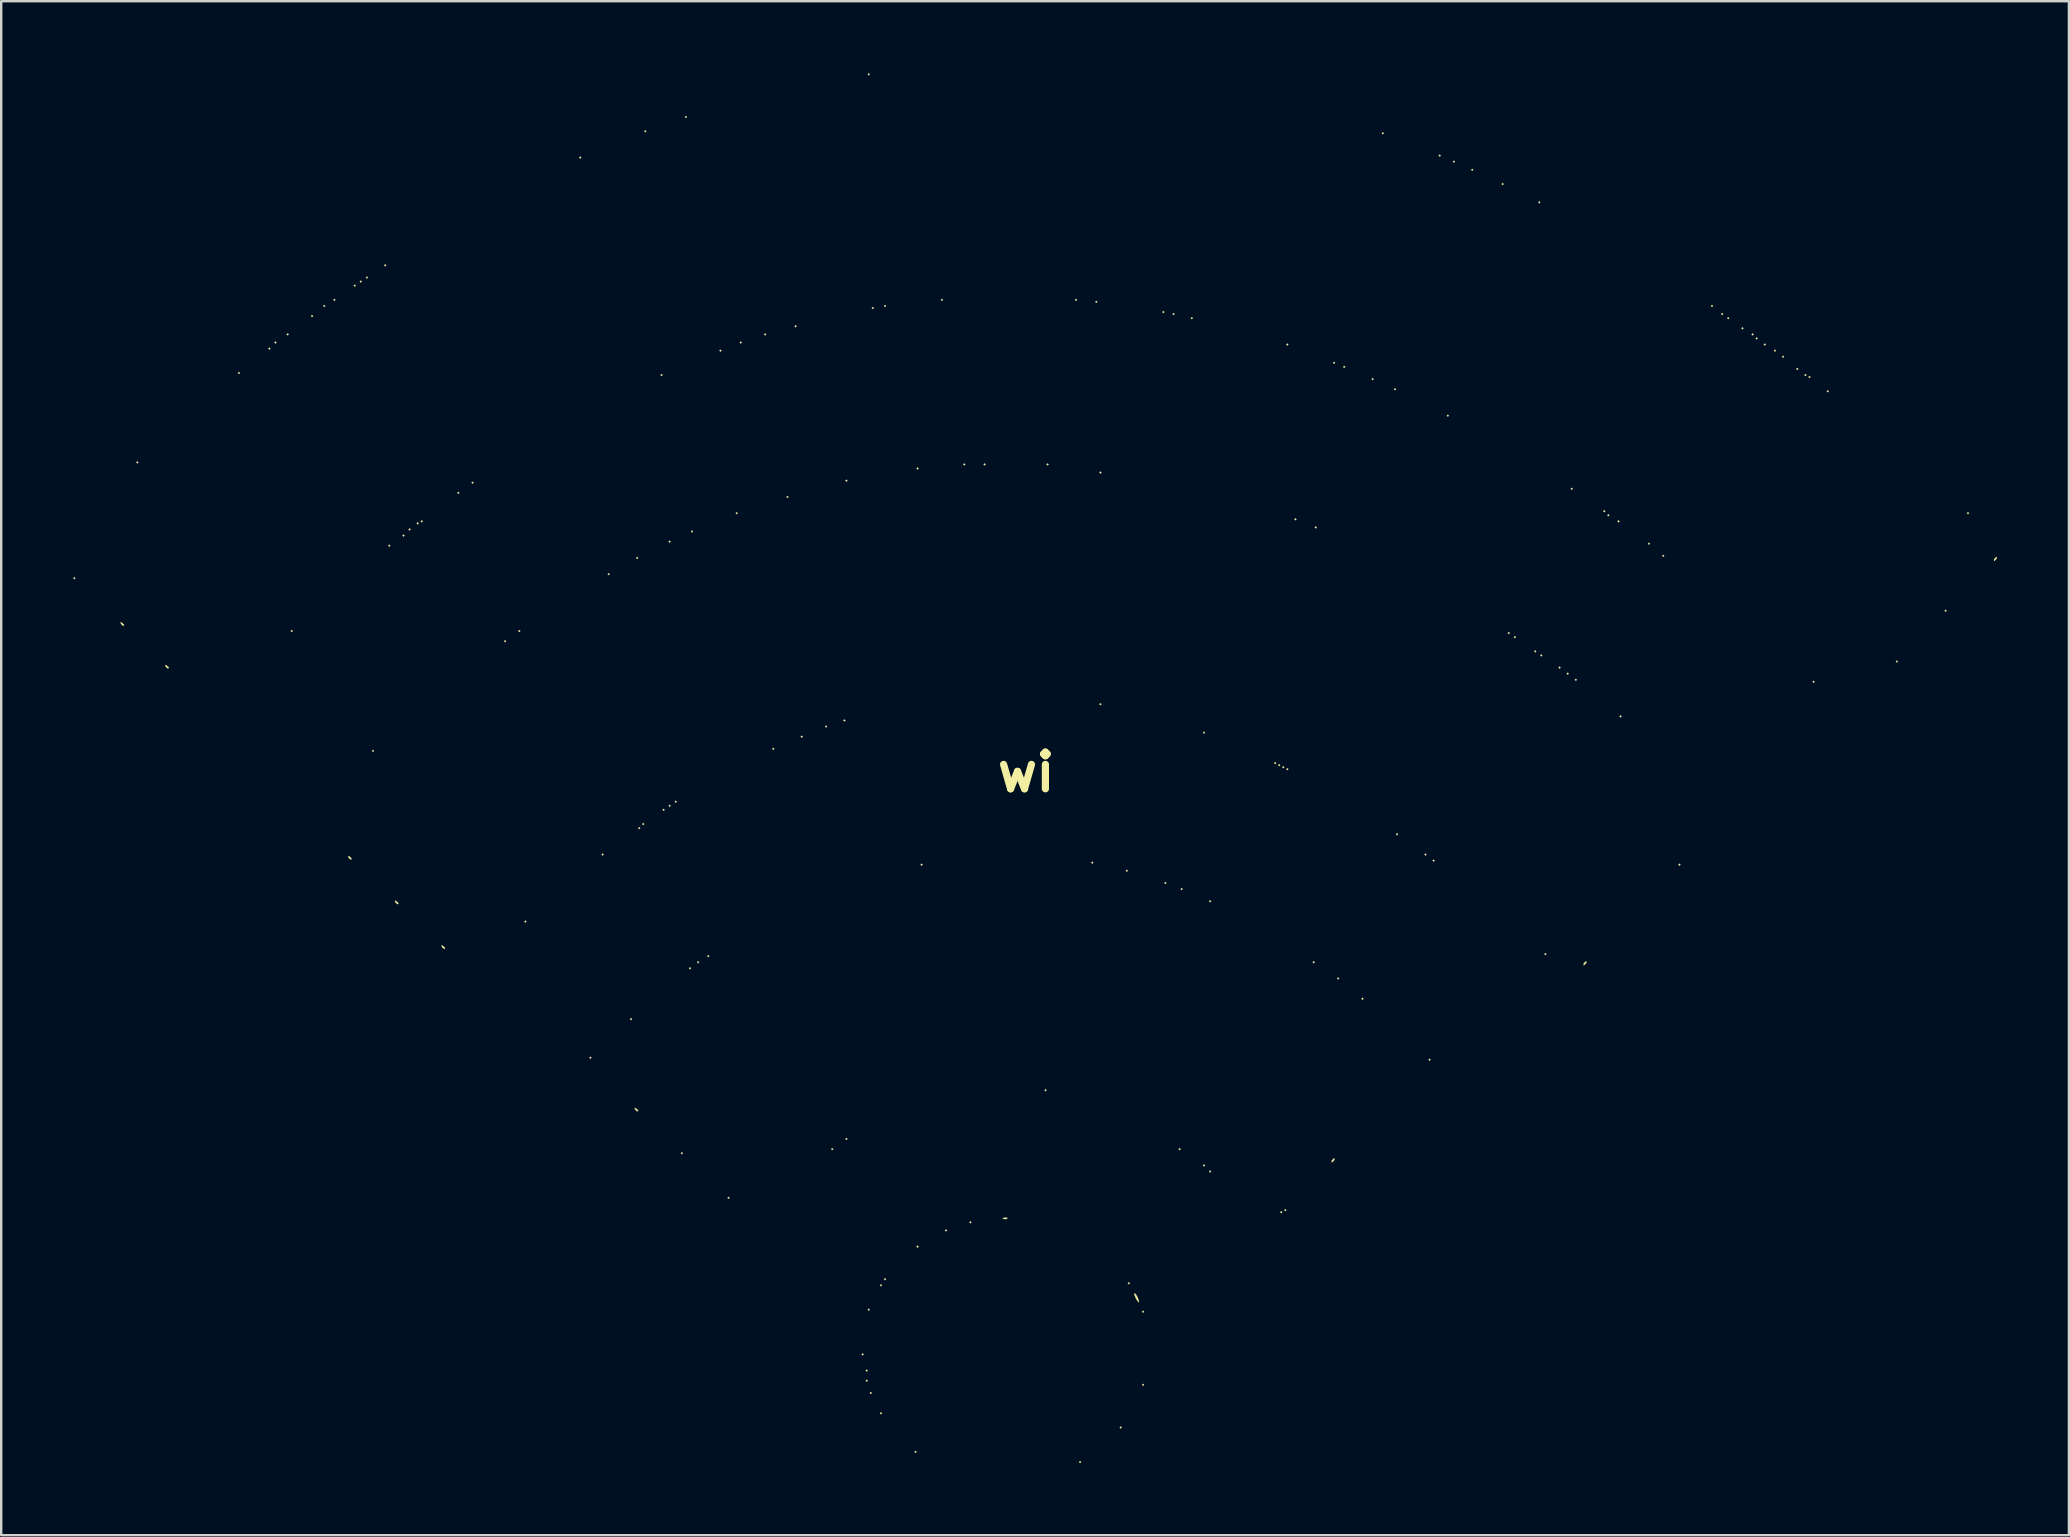
<source format=kicad_pcb>
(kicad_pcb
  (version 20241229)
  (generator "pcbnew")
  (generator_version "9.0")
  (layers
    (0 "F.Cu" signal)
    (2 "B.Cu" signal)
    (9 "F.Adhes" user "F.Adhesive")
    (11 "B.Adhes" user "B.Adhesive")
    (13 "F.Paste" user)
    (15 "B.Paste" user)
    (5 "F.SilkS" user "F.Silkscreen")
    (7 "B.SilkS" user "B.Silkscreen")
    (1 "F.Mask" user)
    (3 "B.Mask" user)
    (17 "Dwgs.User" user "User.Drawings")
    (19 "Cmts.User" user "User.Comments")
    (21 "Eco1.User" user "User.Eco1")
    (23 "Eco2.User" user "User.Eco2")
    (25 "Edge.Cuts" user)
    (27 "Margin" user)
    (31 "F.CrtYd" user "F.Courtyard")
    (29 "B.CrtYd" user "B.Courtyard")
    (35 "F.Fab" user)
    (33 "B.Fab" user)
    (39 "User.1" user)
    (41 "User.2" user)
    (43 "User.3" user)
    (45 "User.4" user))
  (footprint "wi"
    (layer "F.Cu")
    (at 39.714 29.13)
    (property "Reference" "wi" (at 0 0 0) (layer "F.SilkS") (effects (font (size 1.524 1.524) (thickness 0.3))))
    (attr through_hole)
    (fp_poly (pts (xy -39.624 -8.086) (xy -39.666 -8.043) (xy -39.709 -8.086) (xy -39.666 -8.128) (xy -39.624 -8.086)) (stroke (width 0.01) (type solid)) (fill yes) (layer "F.SilkS"))
    (fp_poly (pts (xy -36.999 -12.912) (xy -37.042 -12.869) (xy -37.084 -12.912) (xy -37.042 -12.954) (xy -36.999 -12.912)) (stroke (width 0.01) (type solid)) (fill yes) (layer "F.SilkS"))
    (fp_poly (pts (xy -32.766 -16.637) (xy -32.808 -16.595) (xy -32.851 -16.637) (xy -32.808 -16.679) (xy -32.766 -16.637)) (stroke (width 0.01) (type solid)) (fill yes) (layer "F.SilkS"))
    (fp_poly (pts (xy -31.496 -17.653) (xy -31.538 -17.611) (xy -31.581 -17.653) (xy -31.538 -17.695) (xy -31.496 -17.653)) (stroke (width 0.01) (type solid)) (fill yes) (layer "F.SilkS"))
    (fp_poly (pts (xy -31.242 -17.907) (xy -31.284 -17.865) (xy -31.327 -17.907) (xy -31.284 -17.949) (xy -31.242 -17.907)) (stroke (width 0.01) (type solid)) (fill yes) (layer "F.SilkS"))
    (fp_poly (pts (xy -30.734 -18.246) (xy -30.776 -18.203) (xy -30.819 -18.246) (xy -30.776 -18.288) (xy -30.734 -18.246)) (stroke (width 0.01) (type solid)) (fill yes) (layer "F.SilkS"))
    (fp_poly (pts (xy -30.565 -5.884) (xy -30.607 -5.842) (xy -30.649 -5.884) (xy -30.607 -5.927) (xy -30.565 -5.884)) (stroke (width 0.01) (type solid)) (fill yes) (layer "F.SilkS"))
    (fp_poly (pts (xy -29.718 -19.008) (xy -29.76 -18.965) (xy -29.803 -19.008) (xy -29.76 -19.05) (xy -29.718 -19.008)) (stroke (width 0.01) (type solid)) (fill yes) (layer "F.SilkS"))
    (fp_poly (pts (xy -29.21 -19.431) (xy -29.252 -19.389) (xy -29.295 -19.431) (xy -29.252 -19.473) (xy -29.21 -19.431)) (stroke (width 0.01) (type solid)) (fill yes) (layer "F.SilkS"))
    (fp_poly (pts (xy -28.787 -19.685) (xy -28.829 -19.643) (xy -28.871 -19.685) (xy -28.829 -19.727) (xy -28.787 -19.685)) (stroke (width 0.01) (type solid)) (fill yes) (layer "F.SilkS"))
    (fp_poly (pts (xy -27.94 -20.278) (xy -27.982 -20.235) (xy -28.025 -20.278) (xy -27.982 -20.32) (xy -27.94 -20.278)) (stroke (width 0.01) (type solid)) (fill yes) (layer "F.SilkS"))
    (fp_poly (pts (xy -27.686 -20.447) (xy -27.728 -20.405) (xy -27.771 -20.447) (xy -27.728 -20.489) (xy -27.686 -20.447)) (stroke (width 0.01) (type solid)) (fill yes) (layer "F.SilkS"))
    (fp_poly (pts (xy -27.432 -20.616) (xy -27.474 -20.574) (xy -27.517 -20.616) (xy -27.474 -20.659) (xy -27.432 -20.616)) (stroke (width 0.01) (type solid)) (fill yes) (layer "F.SilkS"))
    (fp_poly (pts (xy -27.178 -0.889) (xy -27.22 -0.847) (xy -27.263 -0.889) (xy -27.22 -0.931) (xy -27.178 -0.889)) (stroke (width 0.01) (type solid)) (fill yes) (layer "F.SilkS"))
    (fp_poly (pts (xy -26.67 -21.124) (xy -26.712 -21.082) (xy -26.755 -21.124) (xy -26.712 -21.167) (xy -26.67 -21.124)) (stroke (width 0.01) (type solid)) (fill yes) (layer "F.SilkS"))
    (fp_poly (pts (xy -26.501 -9.44) (xy -26.543 -9.398) (xy -26.585 -9.44) (xy -26.543 -9.483) (xy -26.501 -9.44)) (stroke (width 0.01) (type solid)) (fill yes) (layer "F.SilkS"))
    (fp_poly (pts (xy -25.908 -9.864) (xy -25.95 -9.821) (xy -25.993 -9.864) (xy -25.95 -9.906) (xy -25.908 -9.864)) (stroke (width 0.01) (type solid)) (fill yes) (layer "F.SilkS"))
    (fp_poly (pts (xy -25.654 -10.118) (xy -25.696 -10.075) (xy -25.739 -10.118) (xy -25.696 -10.16) (xy -25.654 -10.118)) (stroke (width 0.01) (type solid)) (fill yes) (layer "F.SilkS"))
    (fp_poly (pts (xy -25.315 -10.372) (xy -25.358 -10.329) (xy -25.4 -10.372) (xy -25.358 -10.414) (xy -25.315 -10.372)) (stroke (width 0.01) (type solid)) (fill yes) (layer "F.SilkS"))
    (fp_poly (pts (xy -25.146 -10.456) (xy -25.188 -10.414) (xy -25.231 -10.456) (xy -25.188 -10.499) (xy -25.146 -10.456)) (stroke (width 0.01) (type solid)) (fill yes) (layer "F.SilkS"))
    (fp_poly (pts (xy -23.622 -11.642) (xy -23.664 -11.599) (xy -23.707 -11.642) (xy -23.664 -11.684) (xy -23.622 -11.642)) (stroke (width 0.01) (type solid)) (fill yes) (layer "F.SilkS"))
    (fp_poly (pts (xy -23.029 -12.065) (xy -23.072 -12.023) (xy -23.114 -12.065) (xy -23.072 -12.107) (xy -23.029 -12.065)) (stroke (width 0.01) (type solid)) (fill yes) (layer "F.SilkS"))
    (fp_poly (pts (xy -21.675 -5.461) (xy -21.717 -5.419) (xy -21.759 -5.461) (xy -21.717 -5.503) (xy -21.675 -5.461)) (stroke (width 0.01) (type solid)) (fill yes) (layer "F.SilkS"))
    (fp_poly (pts (xy -21.082 -5.884) (xy -21.124 -5.842) (xy -21.167 -5.884) (xy -21.124 -5.927) (xy -21.082 -5.884)) (stroke (width 0.01) (type solid)) (fill yes) (layer "F.SilkS"))
    (fp_poly (pts (xy -20.828 6.223) (xy -20.87 6.265) (xy -20.913 6.223) (xy -20.87 6.181) (xy -20.828 6.223)) (stroke (width 0.01) (type solid)) (fill yes) (layer "F.SilkS"))
    (fp_poly (pts (xy -18.542 -25.612) (xy -18.584 -25.569) (xy -18.627 -25.612) (xy -18.584 -25.654) (xy -18.542 -25.612)) (stroke (width 0.01) (type solid)) (fill yes) (layer "F.SilkS"))
    (fp_poly (pts (xy -18.119 11.896) (xy -18.161 11.938) (xy -18.203 11.896) (xy -18.161 11.853) (xy -18.119 11.896)) (stroke (width 0.01) (type solid)) (fill yes) (layer "F.SilkS"))
    (fp_poly (pts (xy -17.611 3.429) (xy -17.653 3.471) (xy -17.695 3.429) (xy -17.653 3.387) (xy -17.611 3.429)) (stroke (width 0.01) (type solid)) (fill yes) (layer "F.SilkS"))
    (fp_poly (pts (xy -17.357 -8.255) (xy -17.399 -8.213) (xy -17.441 -8.255) (xy -17.399 -8.297) (xy -17.357 -8.255)) (stroke (width 0.01) (type solid)) (fill yes) (layer "F.SilkS"))
    (fp_poly (pts (xy -16.425 10.287) (xy -16.468 10.329) (xy -16.51 10.287) (xy -16.468 10.245) (xy -16.425 10.287)) (stroke (width 0.01) (type solid)) (fill yes) (layer "F.SilkS"))
    (fp_poly (pts (xy -16.171 -8.932) (xy -16.214 -8.89) (xy -16.256 -8.932) (xy -16.214 -8.975) (xy -16.171 -8.932)) (stroke (width 0.01) (type solid)) (fill yes) (layer "F.SilkS"))
    (fp_poly (pts (xy -16.087 2.328) (xy -16.129 2.371) (xy -16.171 2.328) (xy -16.129 2.286) (xy -16.087 2.328)) (stroke (width 0.01) (type solid)) (fill yes) (layer "F.SilkS"))
    (fp_poly (pts (xy -15.917 2.159) (xy -15.96 2.201) (xy -16.002 2.159) (xy -15.96 2.117) (xy -15.917 2.159)) (stroke (width 0.01) (type solid)) (fill yes) (layer "F.SilkS"))
    (fp_poly (pts (xy -15.833 -26.712) (xy -15.875 -26.67) (xy -15.917 -26.712) (xy -15.875 -26.755) (xy -15.833 -26.712)) (stroke (width 0.01) (type solid)) (fill yes) (layer "F.SilkS"))
    (fp_poly (pts (xy -15.155 -16.552) (xy -15.198 -16.51) (xy -15.24 -16.552) (xy -15.198 -16.595) (xy -15.155 -16.552)) (stroke (width 0.01) (type solid)) (fill yes) (layer "F.SilkS"))
    (fp_poly (pts (xy -15.071 1.566) (xy -15.113 1.609) (xy -15.155 1.566) (xy -15.113 1.524) (xy -15.071 1.566)) (stroke (width 0.01) (type solid)) (fill yes) (layer "F.SilkS"))
    (fp_poly (pts (xy -14.817 -9.61) (xy -14.859 -9.567) (xy -14.901 -9.61) (xy -14.859 -9.652) (xy -14.817 -9.61)) (stroke (width 0.01) (type solid)) (fill yes) (layer "F.SilkS"))
    (fp_poly (pts (xy -14.817 1.397) (xy -14.859 1.439) (xy -14.901 1.397) (xy -14.859 1.355) (xy -14.817 1.397)) (stroke (width 0.01) (type solid)) (fill yes) (layer "F.SilkS"))
    (fp_poly (pts (xy -14.563 1.228) (xy -14.605 1.27) (xy -14.647 1.228) (xy -14.605 1.185) (xy -14.563 1.228)) (stroke (width 0.01) (type solid)) (fill yes) (layer "F.SilkS"))
    (fp_poly (pts (xy -14.309 15.875) (xy -14.351 15.917) (xy -14.393 15.875) (xy -14.351 15.833) (xy -14.309 15.875)) (stroke (width 0.01) (type solid)) (fill yes) (layer "F.SilkS"))
    (fp_poly (pts (xy -14.139 -27.305) (xy -14.182 -27.263) (xy -14.224 -27.305) (xy -14.182 -27.347) (xy -14.139 -27.305)) (stroke (width 0.01) (type solid)) (fill yes) (layer "F.SilkS"))
    (fp_poly (pts (xy -13.97 8.17) (xy -14.012 8.213) (xy -14.055 8.17) (xy -14.012 8.128) (xy -13.97 8.17)) (stroke (width 0.01) (type solid)) (fill yes) (layer "F.SilkS"))
    (fp_poly (pts (xy -13.885 -10.033) (xy -13.928 -9.991) (xy -13.97 -10.033) (xy -13.928 -10.075) (xy -13.885 -10.033)) (stroke (width 0.01) (type solid)) (fill yes) (layer "F.SilkS"))
    (fp_poly (pts (xy -13.631 7.916) (xy -13.674 7.959) (xy -13.716 7.916) (xy -13.674 7.874) (xy -13.631 7.916)) (stroke (width 0.01) (type solid)) (fill yes) (layer "F.SilkS"))
    (fp_poly (pts (xy -13.208 7.662) (xy -13.25 7.705) (xy -13.293 7.662) (xy -13.25 7.62) (xy -13.208 7.662)) (stroke (width 0.01) (type solid)) (fill yes) (layer "F.SilkS"))
    (fp_poly (pts (xy -12.7 -17.568) (xy -12.742 -17.526) (xy -12.785 -17.568) (xy -12.742 -17.611) (xy -12.7 -17.568)) (stroke (width 0.01) (type solid)) (fill yes) (layer "F.SilkS"))
    (fp_poly (pts (xy -12.361 17.738) (xy -12.404 17.78) (xy -12.446 17.738) (xy -12.404 17.695) (xy -12.361 17.738)) (stroke (width 0.01) (type solid)) (fill yes) (layer "F.SilkS"))
    (fp_poly (pts (xy -12.023 -10.795) (xy -12.065 -10.753) (xy -12.107 -10.795) (xy -12.065 -10.837) (xy -12.023 -10.795)) (stroke (width 0.01) (type solid)) (fill yes) (layer "F.SilkS"))
    (fp_poly (pts (xy -11.853 -17.907) (xy -11.896 -17.865) (xy -11.938 -17.907) (xy -11.896 -17.949) (xy -11.853 -17.907)) (stroke (width 0.01) (type solid)) (fill yes) (layer "F.SilkS"))
    (fp_poly (pts (xy -10.837 -18.246) (xy -10.88 -18.203) (xy -10.922 -18.246) (xy -10.88 -18.288) (xy -10.837 -18.246)) (stroke (width 0.01) (type solid)) (fill yes) (layer "F.SilkS"))
    (fp_poly (pts (xy -10.499 -0.974) (xy -10.541 -0.931) (xy -10.583 -0.974) (xy -10.541 -1.016) (xy -10.499 -0.974)) (stroke (width 0.01) (type solid)) (fill yes) (layer "F.SilkS"))
    (fp_poly (pts (xy -9.906 -11.472) (xy -9.948 -11.43) (xy -9.991 -11.472) (xy -9.948 -11.515) (xy -9.906 -11.472)) (stroke (width 0.01) (type solid)) (fill yes) (layer "F.SilkS"))
    (fp_poly (pts (xy -9.567 -18.584) (xy -9.61 -18.542) (xy -9.652 -18.584) (xy -9.61 -18.627) (xy -9.567 -18.584)) (stroke (width 0.01) (type solid)) (fill yes) (layer "F.SilkS"))
    (fp_poly (pts (xy -9.313 -1.482) (xy -9.356 -1.439) (xy -9.398 -1.482) (xy -9.356 -1.524) (xy -9.313 -1.482)) (stroke (width 0.01) (type solid)) (fill yes) (layer "F.SilkS"))
    (fp_poly (pts (xy -8.297 -1.905) (xy -8.34 -1.863) (xy -8.382 -1.905) (xy -8.34 -1.947) (xy -8.297 -1.905)) (stroke (width 0.01) (type solid)) (fill yes) (layer "F.SilkS"))
    (fp_poly (pts (xy -8.043 15.706) (xy -8.086 15.748) (xy -8.128 15.706) (xy -8.086 15.663) (xy -8.043 15.706)) (stroke (width 0.01) (type solid)) (fill yes) (layer "F.SilkS"))
    (fp_poly (pts (xy -7.535 -2.159) (xy -7.578 -2.117) (xy -7.62 -2.159) (xy -7.578 -2.201) (xy -7.535 -2.159)) (stroke (width 0.01) (type solid)) (fill yes) (layer "F.SilkS"))
    (fp_poly (pts (xy -7.451 -12.15) (xy -7.493 -12.107) (xy -7.535 -12.15) (xy -7.493 -12.192) (xy -7.451 -12.15)) (stroke (width 0.01) (type solid)) (fill yes) (layer "F.SilkS"))
    (fp_poly (pts (xy -7.451 15.282) (xy -7.493 15.325) (xy -7.535 15.282) (xy -7.493 15.24) (xy -7.451 15.282)) (stroke (width 0.01) (type solid)) (fill yes) (layer "F.SilkS"))
    (fp_poly (pts (xy -6.773 24.257) (xy -6.816 24.299) (xy -6.858 24.257) (xy -6.816 24.215) (xy -6.773 24.257)) (stroke (width 0.01) (type solid)) (fill yes) (layer "F.SilkS"))
    (fp_poly (pts (xy -6.604 24.934) (xy -6.646 24.977) (xy -6.689 24.934) (xy -6.646 24.892) (xy -6.604 24.934)) (stroke (width 0.01) (type solid)) (fill yes) (layer "F.SilkS"))
    (fp_poly (pts (xy -6.604 25.358) (xy -6.646 25.4) (xy -6.689 25.358) (xy -6.646 25.315) (xy -6.604 25.358)) (stroke (width 0.01) (type solid)) (fill yes) (layer "F.SilkS"))
    (fp_poly (pts (xy -6.519 -29.083) (xy -6.562 -29.041) (xy -6.604 -29.083) (xy -6.562 -29.125) (xy -6.519 -29.083)) (stroke (width 0.01) (type solid)) (fill yes) (layer "F.SilkS"))
    (fp_poly (pts (xy -6.519 22.394) (xy -6.562 22.437) (xy -6.604 22.394) (xy -6.562 22.352) (xy -6.519 22.394)) (stroke (width 0.01) (type solid)) (fill yes) (layer "F.SilkS"))
    (fp_poly (pts (xy -6.435 25.866) (xy -6.477 25.908) (xy -6.519 25.866) (xy -6.477 25.823) (xy -6.435 25.866)) (stroke (width 0.01) (type solid)) (fill yes) (layer "F.SilkS"))
    (fp_poly (pts (xy -6.35 -19.346) (xy -6.392 -19.304) (xy -6.435 -19.346) (xy -6.392 -19.389) (xy -6.35 -19.346)) (stroke (width 0.01) (type solid)) (fill yes) (layer "F.SilkS"))
    (fp_poly (pts (xy -6.011 21.378) (xy -6.054 21.421) (xy -6.096 21.378) (xy -6.054 21.336) (xy -6.011 21.378)) (stroke (width 0.01) (type solid)) (fill yes) (layer "F.SilkS"))
    (fp_poly (pts (xy -6.011 26.712) (xy -6.054 26.755) (xy -6.096 26.712) (xy -6.054 26.67) (xy -6.011 26.712)) (stroke (width 0.01) (type solid)) (fill yes) (layer "F.SilkS"))
    (fp_poly (pts (xy -5.842 -19.431) (xy -5.884 -19.389) (xy -5.927 -19.431) (xy -5.884 -19.473) (xy -5.842 -19.431)) (stroke (width 0.01) (type solid)) (fill yes) (layer "F.SilkS"))
    (fp_poly (pts (xy -5.842 21.124) (xy -5.884 21.167) (xy -5.927 21.124) (xy -5.884 21.082) (xy -5.842 21.124)) (stroke (width 0.01) (type solid)) (fill yes) (layer "F.SilkS"))
    (fp_poly (pts (xy -4.572 28.321) (xy -4.614 28.363) (xy -4.657 28.321) (xy -4.614 28.279) (xy -4.572 28.321)) (stroke (width 0.01) (type solid)) (fill yes) (layer "F.SilkS"))
    (fp_poly (pts (xy -4.487 -12.658) (xy -4.53 -12.615) (xy -4.572 -12.658) (xy -4.53 -12.7) (xy -4.487 -12.658)) (stroke (width 0.01) (type solid)) (fill yes) (layer "F.SilkS"))
    (fp_poly (pts (xy -4.487 19.77) (xy -4.53 19.812) (xy -4.572 19.77) (xy -4.53 19.727) (xy -4.487 19.77)) (stroke (width 0.01) (type solid)) (fill yes) (layer "F.SilkS"))
    (fp_poly (pts (xy -4.318 3.852) (xy -4.36 3.895) (xy -4.403 3.852) (xy -4.36 3.81) (xy -4.318 3.852)) (stroke (width 0.01) (type solid)) (fill yes) (layer "F.SilkS"))
    (fp_poly (pts (xy -3.471 -19.685) (xy -3.514 -19.643) (xy -3.556 -19.685) (xy -3.514 -19.727) (xy -3.471 -19.685)) (stroke (width 0.01) (type solid)) (fill yes) (layer "F.SilkS"))
    (fp_poly (pts (xy -3.302 19.092) (xy -3.344 19.135) (xy -3.387 19.092) (xy -3.344 19.05) (xy -3.302 19.092)) (stroke (width 0.01) (type solid)) (fill yes) (layer "F.SilkS"))
    (fp_poly (pts (xy -2.54 -12.827) (xy -2.582 -12.785) (xy -2.625 -12.827) (xy -2.582 -12.869) (xy -2.54 -12.827)) (stroke (width 0.01) (type solid)) (fill yes) (layer "F.SilkS"))
    (fp_poly (pts (xy -2.286 18.754) (xy -2.328 18.796) (xy -2.371 18.754) (xy -2.328 18.711) (xy -2.286 18.754)) (stroke (width 0.01) (type solid)) (fill yes) (layer "F.SilkS"))
    (fp_poly (pts (xy -1.693 -12.827) (xy -1.736 -12.785) (xy -1.778 -12.827) (xy -1.736 -12.869) (xy -1.693 -12.827)) (stroke (width 0.01) (type solid)) (fill yes) (layer "F.SilkS"))
    (fp_poly (pts (xy 0.847 13.25) (xy 0.804 13.293) (xy 0.762 13.25) (xy 0.804 13.208) (xy 0.847 13.25)) (stroke (width 0.01) (type solid)) (fill yes) (layer "F.SilkS"))
    (fp_poly (pts (xy 0.931 -12.827) (xy 0.889 -12.785) (xy 0.847 -12.827) (xy 0.889 -12.869) (xy 0.931 -12.827)) (stroke (width 0.01) (type solid)) (fill yes) (layer "F.SilkS"))
    (fp_poly (pts (xy 2.117 -19.685) (xy 2.074 -19.643) (xy 2.032 -19.685) (xy 2.074 -19.727) (xy 2.117 -19.685)) (stroke (width 0.01) (type solid)) (fill yes) (layer "F.SilkS"))
    (fp_poly (pts (xy 2.286 28.744) (xy 2.244 28.787) (xy 2.201 28.744) (xy 2.244 28.702) (xy 2.286 28.744)) (stroke (width 0.01) (type solid)) (fill yes) (layer "F.SilkS"))
    (fp_poly (pts (xy 2.794 3.768) (xy 2.752 3.81) (xy 2.709 3.768) (xy 2.752 3.725) (xy 2.794 3.768)) (stroke (width 0.01) (type solid)) (fill yes) (layer "F.SilkS"))
    (fp_poly (pts (xy 2.963 -19.6) (xy 2.921 -19.558) (xy 2.879 -19.6) (xy 2.921 -19.643) (xy 2.963 -19.6)) (stroke (width 0.01) (type solid)) (fill yes) (layer "F.SilkS"))
    (fp_poly (pts (xy 3.133 -12.488) (xy 3.09 -12.446) (xy 3.048 -12.488) (xy 3.09 -12.531) (xy 3.133 -12.488)) (stroke (width 0.01) (type solid)) (fill yes) (layer "F.SilkS"))
    (fp_poly (pts (xy 3.133 -2.836) (xy 3.09 -2.794) (xy 3.048 -2.836) (xy 3.09 -2.879) (xy 3.133 -2.836)) (stroke (width 0.01) (type solid)) (fill yes) (layer "F.SilkS"))
    (fp_poly (pts (xy 3.979 27.305) (xy 3.937 27.347) (xy 3.895 27.305) (xy 3.937 27.263) (xy 3.979 27.305)) (stroke (width 0.01) (type solid)) (fill yes) (layer "F.SilkS"))
    (fp_poly (pts (xy 4.233 4.106) (xy 4.191 4.149) (xy 4.149 4.106) (xy 4.191 4.064) (xy 4.233 4.106)) (stroke (width 0.01) (type solid)) (fill yes) (layer "F.SilkS"))
    (fp_poly (pts (xy 4.318 21.294) (xy 4.276 21.336) (xy 4.233 21.294) (xy 4.276 21.251) (xy 4.318 21.294)) (stroke (width 0.01) (type solid)) (fill yes) (layer "F.SilkS"))
    (fp_poly (pts (xy 4.911 22.479) (xy 4.868 22.521) (xy 4.826 22.479) (xy 4.868 22.437) (xy 4.911 22.479)) (stroke (width 0.01) (type solid)) (fill yes) (layer "F.SilkS"))
    (fp_poly (pts (xy 4.911 25.527) (xy 4.868 25.569) (xy 4.826 25.527) (xy 4.868 25.485) (xy 4.911 25.527)) (stroke (width 0.01) (type solid)) (fill yes) (layer "F.SilkS"))
    (fp_poly (pts (xy 5.757 -19.177) (xy 5.715 -19.135) (xy 5.673 -19.177) (xy 5.715 -19.219) (xy 5.757 -19.177)) (stroke (width 0.01) (type solid)) (fill yes) (layer "F.SilkS"))
    (fp_poly (pts (xy 5.842 4.614) (xy 5.8 4.657) (xy 5.757 4.614) (xy 5.8 4.572) (xy 5.842 4.614)) (stroke (width 0.01) (type solid)) (fill yes) (layer "F.SilkS"))
    (fp_poly (pts (xy 6.181 -19.092) (xy 6.138 -19.05) (xy 6.096 -19.092) (xy 6.138 -19.135) (xy 6.181 -19.092)) (stroke (width 0.01) (type solid)) (fill yes) (layer "F.SilkS"))
    (fp_poly (pts (xy 6.435 15.706) (xy 6.392 15.748) (xy 6.35 15.706) (xy 6.392 15.663) (xy 6.435 15.706)) (stroke (width 0.01) (type solid)) (fill yes) (layer "F.SilkS"))
    (fp_poly (pts (xy 6.519 4.868) (xy 6.477 4.911) (xy 6.435 4.868) (xy 6.477 4.826) (xy 6.519 4.868)) (stroke (width 0.01) (type solid)) (fill yes) (layer "F.SilkS"))
    (fp_poly (pts (xy 6.943 -18.923) (xy 6.9 -18.881) (xy 6.858 -18.923) (xy 6.9 -18.965) (xy 6.943 -18.923)) (stroke (width 0.01) (type solid)) (fill yes) (layer "F.SilkS"))
    (fp_poly (pts (xy 7.451 -1.651) (xy 7.408 -1.609) (xy 7.366 -1.651) (xy 7.408 -1.693) (xy 7.451 -1.651)) (stroke (width 0.01) (type solid)) (fill yes) (layer "F.SilkS"))
    (fp_poly (pts (xy 7.451 16.383) (xy 7.408 16.425) (xy 7.366 16.383) (xy 7.408 16.341) (xy 7.451 16.383)) (stroke (width 0.01) (type solid)) (fill yes) (layer "F.SilkS"))
    (fp_poly (pts (xy 7.705 5.376) (xy 7.662 5.419) (xy 7.62 5.376) (xy 7.662 5.334) (xy 7.705 5.376)) (stroke (width 0.01) (type solid)) (fill yes) (layer "F.SilkS"))
    (fp_poly (pts (xy 7.705 16.637) (xy 7.662 16.679) (xy 7.62 16.637) (xy 7.662 16.595) (xy 7.705 16.637)) (stroke (width 0.01) (type solid)) (fill yes) (layer "F.SilkS"))
    (fp_poly (pts (xy 10.414 -0.381) (xy 10.372 -0.339) (xy 10.329 -0.381) (xy 10.372 -0.423) (xy 10.414 -0.381)) (stroke (width 0.01) (type solid)) (fill yes) (layer "F.SilkS"))
    (fp_poly (pts (xy 10.583 -0.296) (xy 10.541 -0.254) (xy 10.499 -0.296) (xy 10.541 -0.339) (xy 10.583 -0.296)) (stroke (width 0.01) (type solid)) (fill yes) (layer "F.SilkS"))
    (fp_poly (pts (xy 10.668 18.33) (xy 10.626 18.373) (xy 10.583 18.33) (xy 10.626 18.288) (xy 10.668 18.33)) (stroke (width 0.01) (type solid)) (fill yes) (layer "F.SilkS"))
    (fp_poly (pts (xy 10.753 -0.212) (xy 10.71 -0.169) (xy 10.668 -0.212) (xy 10.71 -0.254) (xy 10.753 -0.212)) (stroke (width 0.01) (type solid)) (fill yes) (layer "F.SilkS"))
    (fp_poly (pts (xy 10.837 18.246) (xy 10.795 18.288) (xy 10.753 18.246) (xy 10.795 18.203) (xy 10.837 18.246)) (stroke (width 0.01) (type solid)) (fill yes) (layer "F.SilkS"))
    (fp_poly (pts (xy 10.922 -17.822) (xy 10.88 -17.78) (xy 10.837 -17.822) (xy 10.88 -17.865) (xy 10.922 -17.822)) (stroke (width 0.01) (type solid)) (fill yes) (layer "F.SilkS"))
    (fp_poly (pts (xy 10.922 -0.127) (xy 10.88 -0.085) (xy 10.837 -0.127) (xy 10.88 -0.169) (xy 10.922 -0.127)) (stroke (width 0.01) (type solid)) (fill yes) (layer "F.SilkS"))
    (fp_poly (pts (xy 11.261 -10.541) (xy 11.218 -10.499) (xy 11.176 -10.541) (xy 11.218 -10.583) (xy 11.261 -10.541)) (stroke (width 0.01) (type solid)) (fill yes) (layer "F.SilkS"))
    (fp_poly (pts (xy 12.023 7.916) (xy 11.98 7.959) (xy 11.938 7.916) (xy 11.98 7.874) (xy 12.023 7.916)) (stroke (width 0.01) (type solid)) (fill yes) (layer "F.SilkS"))
    (fp_poly (pts (xy 12.107 -10.202) (xy 12.065 -10.16) (xy 12.023 -10.202) (xy 12.065 -10.245) (xy 12.107 -10.202)) (stroke (width 0.01) (type solid)) (fill yes) (layer "F.SilkS"))
    (fp_poly (pts (xy 12.869 -17.06) (xy 12.827 -17.018) (xy 12.785 -17.06) (xy 12.827 -17.103) (xy 12.869 -17.06)) (stroke (width 0.01) (type solid)) (fill yes) (layer "F.SilkS"))
    (fp_poly (pts (xy 13.039 8.594) (xy 12.996 8.636) (xy 12.954 8.594) (xy 12.996 8.551) (xy 13.039 8.594)) (stroke (width 0.01) (type solid)) (fill yes) (layer "F.SilkS"))
    (fp_poly (pts (xy 13.293 -16.891) (xy 13.25 -16.849) (xy 13.208 -16.891) (xy 13.25 -16.933) (xy 13.293 -16.891)) (stroke (width 0.01) (type solid)) (fill yes) (layer "F.SilkS"))
    (fp_poly (pts (xy 14.055 9.44) (xy 14.012 9.483) (xy 13.97 9.44) (xy 14.012 9.398) (xy 14.055 9.44)) (stroke (width 0.01) (type solid)) (fill yes) (layer "F.SilkS"))
    (fp_poly (pts (xy 14.478 -16.383) (xy 14.436 -16.341) (xy 14.393 -16.383) (xy 14.436 -16.425) (xy 14.478 -16.383)) (stroke (width 0.01) (type solid)) (fill yes) (layer "F.SilkS"))
    (fp_poly (pts (xy 14.901 -26.628) (xy 14.859 -26.585) (xy 14.817 -26.628) (xy 14.859 -26.67) (xy 14.901 -26.628)) (stroke (width 0.01) (type solid)) (fill yes) (layer "F.SilkS"))
    (fp_poly (pts (xy 15.409 -15.96) (xy 15.367 -15.917) (xy 15.325 -15.96) (xy 15.367 -16.002) (xy 15.409 -15.96)) (stroke (width 0.01) (type solid)) (fill yes) (layer "F.SilkS"))
    (fp_poly (pts (xy 15.494 2.582) (xy 15.452 2.625) (xy 15.409 2.582) (xy 15.452 2.54) (xy 15.494 2.582)) (stroke (width 0.01) (type solid)) (fill yes) (layer "F.SilkS"))
    (fp_poly (pts (xy 16.679 3.429) (xy 16.637 3.471) (xy 16.595 3.429) (xy 16.637 3.387) (xy 16.679 3.429)) (stroke (width 0.01) (type solid)) (fill yes) (layer "F.SilkS"))
    (fp_poly (pts (xy 16.849 11.98) (xy 16.806 12.023) (xy 16.764 11.98) (xy 16.806 11.938) (xy 16.849 11.98)) (stroke (width 0.01) (type solid)) (fill yes) (layer "F.SilkS"))
    (fp_poly (pts (xy 17.018 3.683) (xy 16.976 3.725) (xy 16.933 3.683) (xy 16.976 3.641) (xy 17.018 3.683)) (stroke (width 0.01) (type solid)) (fill yes) (layer "F.SilkS"))
    (fp_poly (pts (xy 17.272 -25.696) (xy 17.23 -25.654) (xy 17.187 -25.696) (xy 17.23 -25.739) (xy 17.272 -25.696)) (stroke (width 0.01) (type solid)) (fill yes) (layer "F.SilkS"))
    (fp_poly (pts (xy 17.611 -14.859) (xy 17.568 -14.817) (xy 17.526 -14.859) (xy 17.568 -14.901) (xy 17.611 -14.859)) (stroke (width 0.01) (type solid)) (fill yes) (layer "F.SilkS"))
    (fp_poly (pts (xy 17.865 -25.442) (xy 17.822 -25.4) (xy 17.78 -25.442) (xy 17.822 -25.485) (xy 17.865 -25.442)) (stroke (width 0.01) (type solid)) (fill yes) (layer "F.SilkS"))
    (fp_poly (pts (xy 18.627 -25.104) (xy 18.584 -25.061) (xy 18.542 -25.104) (xy 18.584 -25.146) (xy 18.627 -25.104)) (stroke (width 0.01) (type solid)) (fill yes) (layer "F.SilkS"))
    (fp_poly (pts (xy 19.897 -24.511) (xy 19.854 -24.469) (xy 19.812 -24.511) (xy 19.854 -24.553) (xy 19.897 -24.511)) (stroke (width 0.01) (type solid)) (fill yes) (layer "F.SilkS"))
    (fp_poly (pts (xy 20.151 -5.8) (xy 20.108 -5.757) (xy 20.066 -5.8) (xy 20.108 -5.842) (xy 20.151 -5.8)) (stroke (width 0.01) (type solid)) (fill yes) (layer "F.SilkS"))
    (fp_poly (pts (xy 20.405 -5.63) (xy 20.362 -5.588) (xy 20.32 -5.63) (xy 20.362 -5.673) (xy 20.405 -5.63)) (stroke (width 0.01) (type solid)) (fill yes) (layer "F.SilkS"))
    (fp_poly (pts (xy 21.251 -5.038) (xy 21.209 -4.995) (xy 21.167 -5.038) (xy 21.209 -5.08) (xy 21.251 -5.038)) (stroke (width 0.01) (type solid)) (fill yes) (layer "F.SilkS"))
    (fp_poly (pts (xy 21.421 -23.749) (xy 21.378 -23.707) (xy 21.336 -23.749) (xy 21.378 -23.791) (xy 21.421 -23.749)) (stroke (width 0.01) (type solid)) (fill yes) (layer "F.SilkS"))
    (fp_poly (pts (xy 21.505 -4.868) (xy 21.463 -4.826) (xy 21.421 -4.868) (xy 21.463 -4.911) (xy 21.505 -4.868)) (stroke (width 0.01) (type solid)) (fill yes) (layer "F.SilkS"))
    (fp_poly (pts (xy 21.675 7.578) (xy 21.632 7.62) (xy 21.59 7.578) (xy 21.632 7.535) (xy 21.675 7.578)) (stroke (width 0.01) (type solid)) (fill yes) (layer "F.SilkS"))
    (fp_poly (pts (xy 22.267 -4.36) (xy 22.225 -4.318) (xy 22.183 -4.36) (xy 22.225 -4.403) (xy 22.267 -4.36)) (stroke (width 0.01) (type solid)) (fill yes) (layer "F.SilkS"))
    (fp_poly (pts (xy 22.606 -4.106) (xy 22.564 -4.064) (xy 22.521 -4.106) (xy 22.564 -4.149) (xy 22.606 -4.106)) (stroke (width 0.01) (type solid)) (fill yes) (layer "F.SilkS"))
    (fp_poly (pts (xy 22.775 -11.811) (xy 22.733 -11.769) (xy 22.691 -11.811) (xy 22.733 -11.853) (xy 22.775 -11.811)) (stroke (width 0.01) (type solid)) (fill yes) (layer "F.SilkS"))
    (fp_poly (pts (xy 22.945 -3.852) (xy 22.902 -3.81) (xy 22.86 -3.852) (xy 22.902 -3.895) (xy 22.945 -3.852)) (stroke (width 0.01) (type solid)) (fill yes) (layer "F.SilkS"))
    (fp_poly (pts (xy 24.13 -10.88) (xy 24.088 -10.837) (xy 24.045 -10.88) (xy 24.088 -10.922) (xy 24.13 -10.88)) (stroke (width 0.01) (type solid)) (fill yes) (layer "F.SilkS"))
    (fp_poly (pts (xy 24.299 -10.71) (xy 24.257 -10.668) (xy 24.215 -10.71) (xy 24.257 -10.753) (xy 24.299 -10.71)) (stroke (width 0.01) (type solid)) (fill yes) (layer "F.SilkS"))
    (fp_poly (pts (xy 24.723 -10.456) (xy 24.68 -10.414) (xy 24.638 -10.456) (xy 24.68 -10.499) (xy 24.723 -10.456)) (stroke (width 0.01) (type solid)) (fill yes) (layer "F.SilkS"))
    (fp_poly (pts (xy 24.807 -2.328) (xy 24.765 -2.286) (xy 24.723 -2.328) (xy 24.765 -2.371) (xy 24.807 -2.328)) (stroke (width 0.01) (type solid)) (fill yes) (layer "F.SilkS"))
    (fp_poly (pts (xy 25.993 -9.525) (xy 25.95 -9.483) (xy 25.908 -9.525) (xy 25.95 -9.567) (xy 25.993 -9.525)) (stroke (width 0.01) (type solid)) (fill yes) (layer "F.SilkS"))
    (fp_poly (pts (xy 26.585 -9.017) (xy 26.543 -8.975) (xy 26.501 -9.017) (xy 26.543 -9.059) (xy 26.585 -9.017)) (stroke (width 0.01) (type solid)) (fill yes) (layer "F.SilkS"))
    (fp_poly (pts (xy 27.263 3.852) (xy 27.22 3.895) (xy 27.178 3.852) (xy 27.22 3.81) (xy 27.263 3.852)) (stroke (width 0.01) (type solid)) (fill yes) (layer "F.SilkS"))
    (fp_poly (pts (xy 28.617 -19.431) (xy 28.575 -19.389) (xy 28.533 -19.431) (xy 28.575 -19.473) (xy 28.617 -19.431)) (stroke (width 0.01) (type solid)) (fill yes) (layer "F.SilkS"))
    (fp_poly (pts (xy 29.041 -19.092) (xy 28.998 -19.05) (xy 28.956 -19.092) (xy 28.998 -19.135) (xy 29.041 -19.092)) (stroke (width 0.01) (type solid)) (fill yes) (layer "F.SilkS"))
    (fp_poly (pts (xy 29.295 -18.923) (xy 29.252 -18.881) (xy 29.21 -18.923) (xy 29.252 -18.965) (xy 29.295 -18.923)) (stroke (width 0.01) (type solid)) (fill yes) (layer "F.SilkS"))
    (fp_poly (pts (xy 29.887 -18.5) (xy 29.845 -18.457) (xy 29.803 -18.5) (xy 29.845 -18.542) (xy 29.887 -18.5)) (stroke (width 0.01) (type solid)) (fill yes) (layer "F.SilkS"))
    (fp_poly (pts (xy 30.311 -18.246) (xy 30.268 -18.203) (xy 30.226 -18.246) (xy 30.268 -18.288) (xy 30.311 -18.246)) (stroke (width 0.01) (type solid)) (fill yes) (layer "F.SilkS"))
    (fp_poly (pts (xy 30.48 -18.076) (xy 30.438 -18.034) (xy 30.395 -18.076) (xy 30.438 -18.119) (xy 30.48 -18.076)) (stroke (width 0.01) (type solid)) (fill yes) (layer "F.SilkS"))
    (fp_poly (pts (xy 30.819 -17.822) (xy 30.776 -17.78) (xy 30.734 -17.822) (xy 30.776 -17.865) (xy 30.819 -17.822)) (stroke (width 0.01) (type solid)) (fill yes) (layer "F.SilkS"))
    (fp_poly (pts (xy 31.242 -17.568) (xy 31.2 -17.526) (xy 31.157 -17.568) (xy 31.2 -17.611) (xy 31.242 -17.568)) (stroke (width 0.01) (type solid)) (fill yes) (layer "F.SilkS"))
    (fp_poly (pts (xy 31.581 -17.314) (xy 31.538 -17.272) (xy 31.496 -17.314) (xy 31.538 -17.357) (xy 31.581 -17.314)) (stroke (width 0.01) (type solid)) (fill yes) (layer "F.SilkS"))
    (fp_poly (pts (xy 32.173 -16.806) (xy 32.131 -16.764) (xy 32.089 -16.806) (xy 32.131 -16.849) (xy 32.173 -16.806)) (stroke (width 0.01) (type solid)) (fill yes) (layer "F.SilkS"))
    (fp_poly (pts (xy 32.512 -16.552) (xy 32.47 -16.51) (xy 32.427 -16.552) (xy 32.47 -16.595) (xy 32.512 -16.552)) (stroke (width 0.01) (type solid)) (fill yes) (layer "F.SilkS"))
    (fp_poly (pts (xy 32.681 -16.468) (xy 32.639 -16.425) (xy 32.597 -16.468) (xy 32.639 -16.51) (xy 32.681 -16.468)) (stroke (width 0.01) (type solid)) (fill yes) (layer "F.SilkS"))
    (fp_poly (pts (xy 32.851 -3.768) (xy 32.808 -3.725) (xy 32.766 -3.768) (xy 32.808 -3.81) (xy 32.851 -3.768)) (stroke (width 0.01) (type solid)) (fill yes) (layer "F.SilkS"))
    (fp_poly (pts (xy 33.443 -15.875) (xy 33.401 -15.833) (xy 33.359 -15.875) (xy 33.401 -15.917) (xy 33.443 -15.875)) (stroke (width 0.01) (type solid)) (fill yes) (layer "F.SilkS"))
    (fp_poly (pts (xy 36.322 -4.614) (xy 36.28 -4.572) (xy 36.237 -4.614) (xy 36.28 -4.657) (xy 36.322 -4.614)) (stroke (width 0.01) (type solid)) (fill yes) (layer "F.SilkS"))
    (fp_poly (pts (xy 38.354 -6.731) (xy 38.312 -6.689) (xy 38.269 -6.731) (xy 38.312 -6.773) (xy 38.354 -6.731)) (stroke (width 0.01) (type solid)) (fill yes) (layer "F.SilkS"))
    (fp_poly (pts (xy 39.285 -10.795) (xy 39.243 -10.753) (xy 39.201 -10.795) (xy 39.243 -10.837) (xy 39.285 -10.795)) (stroke (width 0.01) (type solid)) (fill yes) (layer "F.SilkS"))
    (fp_poly (pts (xy -0.785 18.576) (xy -0.81 18.614) (xy -0.896 18.62) (xy -0.986 18.599) (xy -0.947 18.569) (xy -0.815 18.559) (xy -0.785 18.576)) (stroke (width 0.01) (type solid)) (fill yes) (layer "F.SilkS"))
    (fp_poly (pts (xy -37.69 -6.231) (xy -37.6 -6.152) (xy -37.592 -6.133) (xy -37.632 -6.099) (xy -37.716 -6.177) (xy -37.727 -6.194) (xy -37.737 -6.252) (xy -37.69 -6.231)) (stroke (width 0.01) (type solid)) (fill yes) (layer "F.SilkS"))
    (fp_poly (pts (xy -35.827 -4.453) (xy -35.737 -4.374) (xy -35.729 -4.355) (xy -35.77 -4.321) (xy -35.853 -4.399) (xy -35.864 -4.416) (xy -35.874 -4.474) (xy -35.827 -4.453)) (stroke (width 0.01) (type solid)) (fill yes) (layer "F.SilkS"))
    (fp_poly (pts (xy -28.207 3.506) (xy -28.116 3.591) (xy -28.135 3.64) (xy -28.147 3.641) (xy -28.218 3.581) (xy -28.244 3.543) (xy -28.254 3.485) (xy -28.207 3.506)) (stroke (width 0.01) (type solid)) (fill yes) (layer "F.SilkS"))
    (fp_poly (pts (xy -26.26 5.368) (xy -26.17 5.447) (xy -26.162 5.466) (xy -26.202 5.501) (xy -26.286 5.423) (xy -26.297 5.406) (xy -26.307 5.348) (xy -26.26 5.368)) (stroke (width 0.01) (type solid)) (fill yes) (layer "F.SilkS"))
    (fp_poly (pts (xy -24.312 7.231) (xy -24.222 7.316) (xy -24.24 7.365) (xy -24.252 7.366) (xy -24.324 7.306) (xy -24.35 7.268) (xy -24.36 7.21) (xy -24.312 7.231)) (stroke (width 0.01) (type solid)) (fill yes) (layer "F.SilkS"))
    (fp_poly (pts (xy -16.269 14.004) (xy -16.179 14.083) (xy -16.171 14.102) (xy -16.212 14.137) (xy -16.295 14.059) (xy -16.306 14.042) (xy -16.316 13.984) (xy -16.269 14.004)) (stroke (width 0.01) (type solid)) (fill yes) (layer "F.SilkS"))
    (fp_poly (pts (xy 4.565 21.749) (xy 4.641 21.886) (xy 4.703 22.058) (xy 4.68 22.086) (xy 4.591 21.963) (xy 4.568 21.921) (xy 4.508 21.772) (xy 4.509 21.709) (xy 4.565 21.749)) (stroke (width 0.01) (type solid)) (fill yes) (layer "F.SilkS"))
    (fp_poly (pts (xy 12.843 16.141) (xy 12.827 16.171) (xy 12.747 16.252) (xy 12.732 16.256) (xy 12.727 16.201) (xy 12.742 16.171) (xy 12.822 16.09) (xy 12.837 16.087) (xy 12.843 16.141)) (stroke (width 0.01) (type solid)) (fill yes) (layer "F.SilkS"))
    (fp_poly (pts (xy 23.341 7.929) (xy 23.326 7.959) (xy 23.246 8.04) (xy 23.231 8.043) (xy 23.225 7.989) (xy 23.241 7.959) (xy 23.321 7.878) (xy 23.336 7.874) (xy 23.341 7.929)) (stroke (width 0.01) (type solid)) (fill yes) (layer "F.SilkS"))
    (fp_poly (pts (xy 40.444 -8.92) (xy 40.428 -8.89) (xy 40.349 -8.809) (xy 40.334 -8.805) (xy 40.328 -8.86) (xy 40.344 -8.89) (xy 40.423 -8.971) (xy 40.438 -8.975) (xy 40.444 -8.92)) (stroke (width 0.01) (type solid)) (fill yes) (layer "F.SilkS")))
  (gr_rect
    (start -3 -3)
    (end 83.163 60.922)
    (stroke (width 0.1) (type default))
    (fill no)
    (layer "Edge.Cuts")))
</source>
